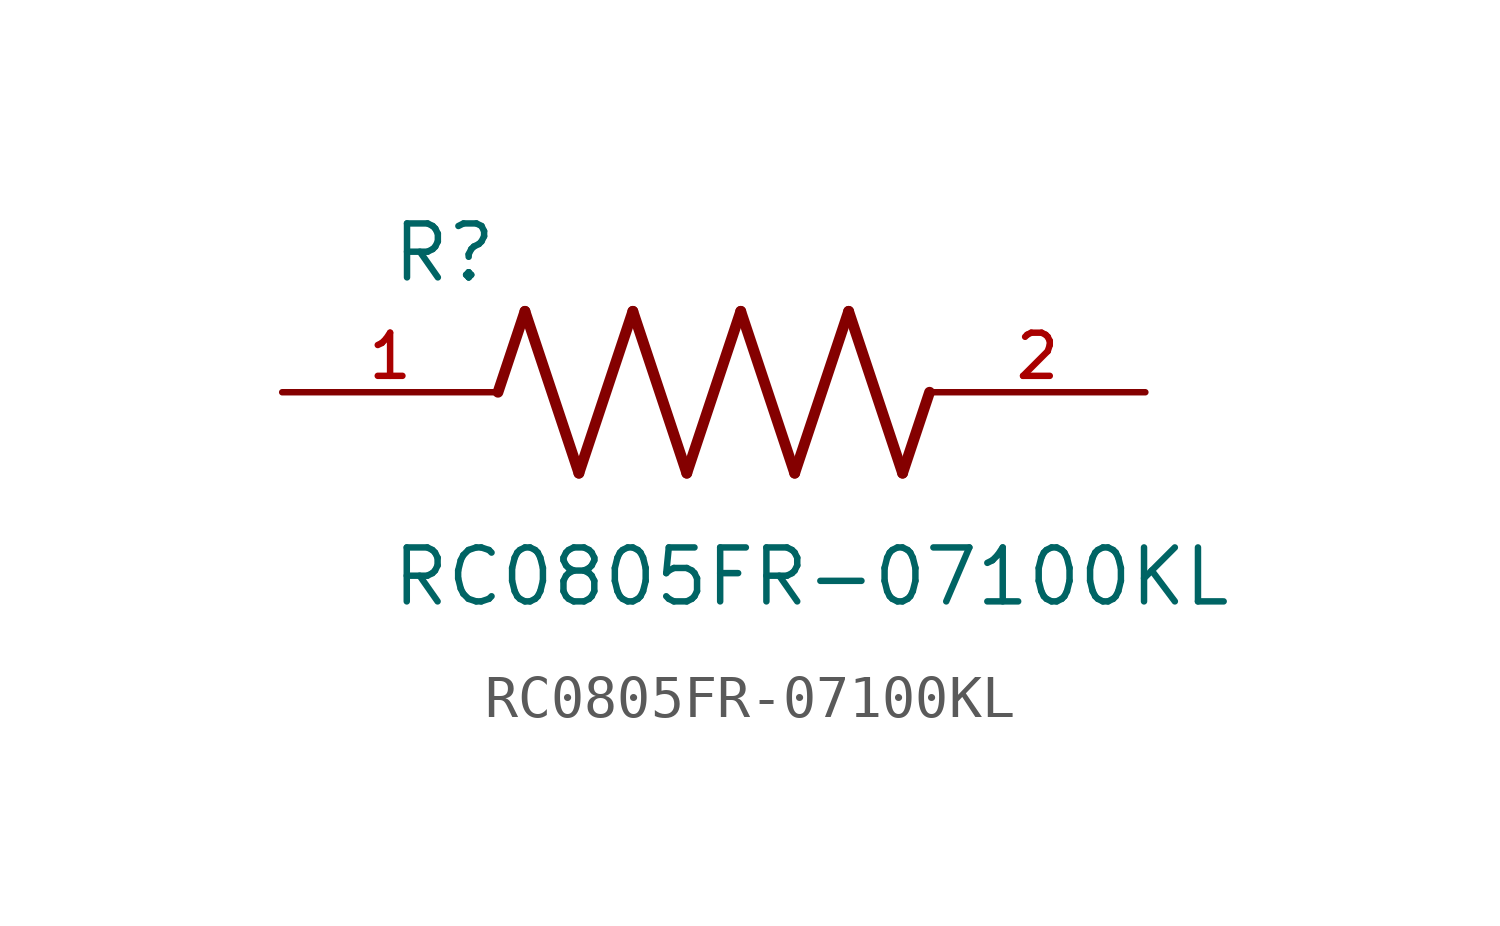
<source format=kicad_sym>
(kicad_symbol_lib
  (version 20211014)
  (generator kicad_symbol_editor)
  (symbol "RC0805FR-07100KL"
    (pin_names
      (offset 1.016))
    (property "Reference" "R"
      (at -7.624 2.541 0)
      (effects (font (size 1.27 1.27)) (justify bottom left)))
    (property "Value" "RC0805FR-07100KL"
      (at -7.63 -5.087 0)
      (effects (font (size 1.27 1.27)) (justify bottom left)))
    (symbol "RC0805FR-07100KL_0_0"
      (polyline (pts (xy -5.08 0.0) (xy -4.445 1.905)) (stroke (width 0.254)))
      (polyline (pts (xy -4.445 1.905) (xy -3.175 -1.905)) (stroke (width 0.254)))
      (polyline (pts (xy -3.175 -1.905) (xy -1.905 1.905)) (stroke (width 0.254)))
      (polyline (pts (xy -1.905 1.905) (xy -0.635 -1.905)) (stroke (width 0.254)))
      (polyline (pts (xy -0.635 -1.905) (xy 0.635 1.905)) (stroke (width 0.254)))
      (polyline (pts (xy 0.635 1.905) (xy 1.905 -1.905)) (stroke (width 0.254)))
      (polyline (pts (xy 1.905 -1.905) (xy 3.175 1.905)) (stroke (width 0.254)))
      (polyline (pts (xy 3.175 1.905) (xy 4.445 -1.905)) (stroke (width 0.254)))
      (polyline (pts (xy 4.445 -1.905) (xy 5.08 0.0)) (stroke (width 0.254)))
      (pin passive line (at -10.16 0.0 0) (length 5.08) (name "~" (effects (font (size 1.016 1.016)))) (number "1" (effects (font (size 1.016 1.016)))))
      (pin passive line (at 10.16 0.0 180.0) (length 5.08) (name "~" (effects (font (size 1.016 1.016)))) (number "2" (effects (font (size 1.016 1.016))))))))
</source>
